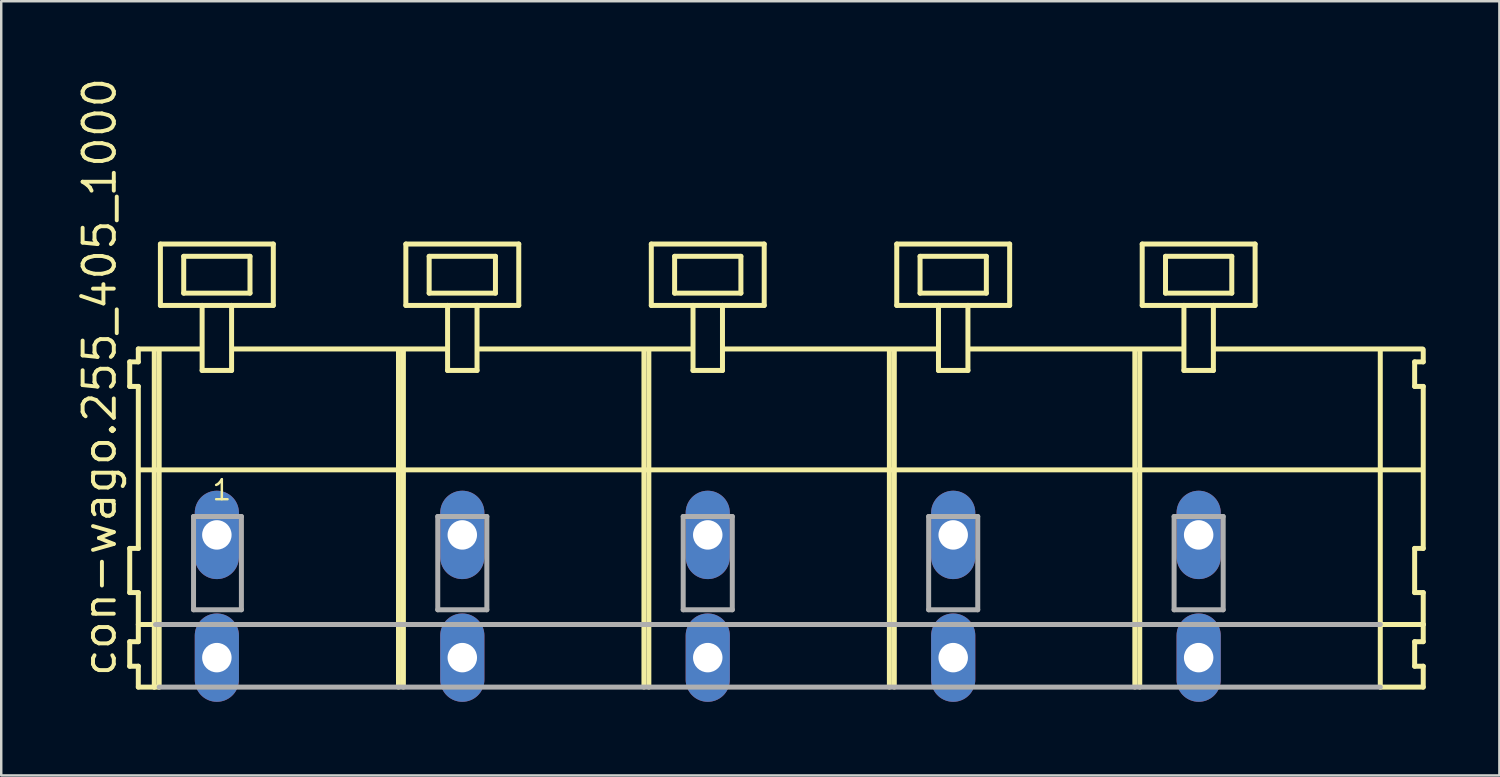
<source format=kicad_pcb>
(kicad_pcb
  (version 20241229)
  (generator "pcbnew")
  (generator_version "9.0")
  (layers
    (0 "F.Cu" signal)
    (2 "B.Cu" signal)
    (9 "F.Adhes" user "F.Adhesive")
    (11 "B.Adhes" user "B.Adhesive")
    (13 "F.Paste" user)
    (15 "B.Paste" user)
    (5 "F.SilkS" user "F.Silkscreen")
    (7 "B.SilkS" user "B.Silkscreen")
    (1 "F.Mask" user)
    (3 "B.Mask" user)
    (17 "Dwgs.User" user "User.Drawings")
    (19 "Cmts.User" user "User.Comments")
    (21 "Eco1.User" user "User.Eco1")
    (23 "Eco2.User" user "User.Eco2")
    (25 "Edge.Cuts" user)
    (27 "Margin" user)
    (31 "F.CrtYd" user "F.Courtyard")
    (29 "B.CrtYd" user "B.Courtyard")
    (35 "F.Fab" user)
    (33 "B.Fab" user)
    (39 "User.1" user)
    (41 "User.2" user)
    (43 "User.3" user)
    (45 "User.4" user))
  (footprint "con-wago.255_405_1000"
    (layer "F.Cu")
    (at 23.285 18.743)
    (property "Reference" "con-wago.255_405_1000" (at -21.535 5.855 90) (layer "F.SilkS") (effects (font (size 1.27 1.27) (thickness 0.16)) (justify left bottom)))
    (attr through_hole)
    (fp_line (start -21.05 -7.05) (end -21.05 -6.05) (stroke (width 0.203) (type default)) (layer "F.SilkS"))
    (fp_line (start -21.05 -6.05) (end -20.7 -6.05) (stroke (width 0.203) (type default)) (layer "F.SilkS"))
    (fp_line (start -21.05 0.55) (end -21.05 2.35) (stroke (width 0.203) (type default)) (layer "F.SilkS"))
    (fp_line (start -21.05 2.35) (end -20.7 2.35) (stroke (width 0.203) (type default)) (layer "F.SilkS"))
    (fp_line (start -21.05 4.35) (end -21.05 5.35) (stroke (width 0.203) (type default)) (layer "F.SilkS"))
    (fp_line (start -21.05 5.35) (end -20.7 5.35) (stroke (width 0.203) (type default)) (layer "F.SilkS"))
    (fp_line (start -20.7 -7.575) (end -20.7 -7.05) (stroke (width 0.203) (type default)) (layer "F.SilkS"))
    (fp_line (start -20.7 -7.575) (end -18.125 -7.575) (stroke (width 0.203) (type default)) (layer "F.SilkS"))
    (fp_line (start -20.7 -7.05) (end -21.05 -7.05) (stroke (width 0.203) (type default)) (layer "F.SilkS"))
    (fp_line (start -20.7 -6.05) (end -20.7 0.55) (stroke (width 0.203) (type default)) (layer "F.SilkS"))
    (fp_line (start -20.7 0.55) (end -21.05 0.55) (stroke (width 0.203) (type default)) (layer "F.SilkS"))
    (fp_line (start -20.7 2.35) (end -20.7 4.35) (stroke (width 0.203) (type default)) (layer "F.SilkS"))
    (fp_line (start -20.7 3.65) (end -20 3.65) (stroke (width 0.203) (type default)) (layer "F.SilkS"))
    (fp_line (start -20.7 4.35) (end -21.05 4.35) (stroke (width 0.203) (type default)) (layer "F.SilkS"))
    (fp_line (start -20.7 5.35) (end -20.7 6.2) (stroke (width 0.203) (type default)) (layer "F.SilkS"))
    (fp_line (start -20.7 6.2) (end -20.05 6.2) (stroke (width 0.203) (type default)) (layer "F.SilkS"))
    (fp_line (start -20.65 -2.65) (end 31.6 -2.65) (stroke (width 0.203) (type default)) (layer "F.SilkS"))
    (fp_line (start -20.05 -7.55) (end -20.05 6.2) (stroke (width 0.203) (type default)) (layer "F.SilkS"))
    (fp_line (start -20.05 6.2) (end -19.85 6.2) (stroke (width 0.203) (type default)) (layer "F.SilkS"))
    (fp_line (start -19.85 -7.55) (end -19.85 6.2) (stroke (width 0.203) (type default)) (layer "F.SilkS"))
    (fp_line (start -19.8 -11.85) (end -19.8 -9.35) (stroke (width 0.203) (type default)) (layer "F.SilkS"))
    (fp_line (start -19.8 -9.35) (end -18.1 -9.35) (stroke (width 0.203) (type default)) (layer "F.SilkS"))
    (fp_line (start -18.85 -11.35) (end -18.85 -9.85) (stroke (width 0.203) (type default)) (layer "F.SilkS"))
    (fp_line (start -18.85 -9.85) (end -16.15 -9.85) (stroke (width 0.203) (type default)) (layer "F.SilkS"))
    (fp_line (start -18.1 -9.35) (end -18.1 -6.7) (stroke (width 0.203) (type default)) (layer "F.SilkS"))
    (fp_line (start -18.1 -9.35) (end -16.9 -9.35) (stroke (width 0.203) (type default)) (layer "F.SilkS"))
    (fp_line (start -18.1 -6.7) (end -16.9 -6.7) (stroke (width 0.203) (type default)) (layer "F.SilkS"))
    (fp_line (start -16.9 -9.35) (end -15.2 -9.35) (stroke (width 0.203) (type default)) (layer "F.SilkS"))
    (fp_line (start -16.9 -6.7) (end -16.9 -9.35) (stroke (width 0.203) (type default)) (layer "F.SilkS"))
    (fp_line (start -16.825 -7.575) (end -8.125 -7.575) (stroke (width 0.203) (type default)) (layer "F.SilkS"))
    (fp_line (start -16.15 -11.35) (end -18.85 -11.35) (stroke (width 0.203) (type default)) (layer "F.SilkS"))
    (fp_line (start -16.15 -9.85) (end -16.15 -11.35) (stroke (width 0.203) (type default)) (layer "F.SilkS"))
    (fp_line (start -15.2 -11.85) (end -19.8 -11.85) (stroke (width 0.203) (type default)) (layer "F.SilkS"))
    (fp_line (start -15.2 -9.35) (end -15.2 -11.85) (stroke (width 0.203) (type default)) (layer "F.SilkS"))
    (fp_line (start -10.1 -7.55) (end -10.1 6.2) (stroke (width 0.203) (type default)) (layer "F.SilkS"))
    (fp_line (start -9.9 -7.55) (end -9.9 6.2) (stroke (width 0.203) (type default)) (layer "F.SilkS"))
    (fp_line (start -9.8 -11.85) (end -9.8 -9.35) (stroke (width 0.203) (type default)) (layer "F.SilkS"))
    (fp_line (start -9.8 -9.35) (end -8.1 -9.35) (stroke (width 0.203) (type default)) (layer "F.SilkS"))
    (fp_line (start -8.85 -11.35) (end -8.85 -9.85) (stroke (width 0.203) (type default)) (layer "F.SilkS"))
    (fp_line (start -8.85 -9.85) (end -6.15 -9.85) (stroke (width 0.203) (type default)) (layer "F.SilkS"))
    (fp_line (start -8.1 -9.35) (end -8.1 -6.7) (stroke (width 0.203) (type default)) (layer "F.SilkS"))
    (fp_line (start -8.1 -9.35) (end -6.9 -9.35) (stroke (width 0.203) (type default)) (layer "F.SilkS"))
    (fp_line (start -8.1 -6.7) (end -6.9 -6.7) (stroke (width 0.203) (type default)) (layer "F.SilkS"))
    (fp_line (start -6.9 -9.35) (end -5.2 -9.35) (stroke (width 0.203) (type default)) (layer "F.SilkS"))
    (fp_line (start -6.9 -6.7) (end -6.9 -9.35) (stroke (width 0.203) (type default)) (layer "F.SilkS"))
    (fp_line (start -6.825 -7.575) (end 1.875 -7.575) (stroke (width 0.203) (type default)) (layer "F.SilkS"))
    (fp_line (start -6.15 -11.35) (end -8.85 -11.35) (stroke (width 0.203) (type default)) (layer "F.SilkS"))
    (fp_line (start -6.15 -9.85) (end -6.15 -11.35) (stroke (width 0.203) (type default)) (layer "F.SilkS"))
    (fp_line (start -5.2 -11.85) (end -9.8 -11.85) (stroke (width 0.203) (type default)) (layer "F.SilkS"))
    (fp_line (start -5.2 -9.35) (end -5.2 -11.85) (stroke (width 0.203) (type default)) (layer "F.SilkS"))
    (fp_line (start -0.1 -7.55) (end -0.1 6.2) (stroke (width 0.203) (type default)) (layer "F.SilkS"))
    (fp_line (start 0.1 -7.55) (end 0.1 6.2) (stroke (width 0.203) (type default)) (layer "F.SilkS"))
    (fp_line (start 0.2 -11.85) (end 0.2 -9.35) (stroke (width 0.203) (type default)) (layer "F.SilkS"))
    (fp_line (start 0.2 -9.35) (end 1.9 -9.35) (stroke (width 0.203) (type default)) (layer "F.SilkS"))
    (fp_line (start 1.15 -11.35) (end 1.15 -9.85) (stroke (width 0.203) (type default)) (layer "F.SilkS"))
    (fp_line (start 1.15 -9.85) (end 3.85 -9.85) (stroke (width 0.203) (type default)) (layer "F.SilkS"))
    (fp_line (start 1.9 -9.35) (end 1.9 -6.7) (stroke (width 0.203) (type default)) (layer "F.SilkS"))
    (fp_line (start 1.9 -9.35) (end 3.1 -9.35) (stroke (width 0.203) (type default)) (layer "F.SilkS"))
    (fp_line (start 1.9 -6.7) (end 3.1 -6.7) (stroke (width 0.203) (type default)) (layer "F.SilkS"))
    (fp_line (start 3.1 -9.35) (end 4.8 -9.35) (stroke (width 0.203) (type default)) (layer "F.SilkS"))
    (fp_line (start 3.1 -6.7) (end 3.1 -9.35) (stroke (width 0.203) (type default)) (layer "F.SilkS"))
    (fp_line (start 3.175 -7.575) (end 11.875 -7.575) (stroke (width 0.203) (type default)) (layer "F.SilkS"))
    (fp_line (start 3.85 -11.35) (end 1.15 -11.35) (stroke (width 0.203) (type default)) (layer "F.SilkS"))
    (fp_line (start 3.85 -9.85) (end 3.85 -11.35) (stroke (width 0.203) (type default)) (layer "F.SilkS"))
    (fp_line (start 4.8 -11.85) (end 0.2 -11.85) (stroke (width 0.203) (type default)) (layer "F.SilkS"))
    (fp_line (start 4.8 -9.35) (end 4.8 -11.85) (stroke (width 0.203) (type default)) (layer "F.SilkS"))
    (fp_line (start 9.9 -7.55) (end 9.9 6.2) (stroke (width 0.203) (type default)) (layer "F.SilkS"))
    (fp_line (start 10.1 -7.55) (end 10.1 6.2) (stroke (width 0.203) (type default)) (layer "F.SilkS"))
    (fp_line (start 10.2 -11.85) (end 10.2 -9.35) (stroke (width 0.203) (type default)) (layer "F.SilkS"))
    (fp_line (start 10.2 -9.35) (end 11.9 -9.35) (stroke (width 0.203) (type default)) (layer "F.SilkS"))
    (fp_line (start 11.15 -11.35) (end 11.15 -9.85) (stroke (width 0.203) (type default)) (layer "F.SilkS"))
    (fp_line (start 11.15 -9.85) (end 13.85 -9.85) (stroke (width 0.203) (type default)) (layer "F.SilkS"))
    (fp_line (start 11.9 -9.35) (end 11.9 -6.7) (stroke (width 0.203) (type default)) (layer "F.SilkS"))
    (fp_line (start 11.9 -9.35) (end 13.1 -9.35) (stroke (width 0.203) (type default)) (layer "F.SilkS"))
    (fp_line (start 11.9 -6.7) (end 13.1 -6.7) (stroke (width 0.203) (type default)) (layer "F.SilkS"))
    (fp_line (start 13.1 -9.35) (end 14.8 -9.35) (stroke (width 0.203) (type default)) (layer "F.SilkS"))
    (fp_line (start 13.1 -6.7) (end 13.1 -9.35) (stroke (width 0.203) (type default)) (layer "F.SilkS"))
    (fp_line (start 13.175 -7.575) (end 21.875 -7.575) (stroke (width 0.203) (type default)) (layer "F.SilkS"))
    (fp_line (start 13.85 -11.35) (end 11.15 -11.35) (stroke (width 0.203) (type default)) (layer "F.SilkS"))
    (fp_line (start 13.85 -9.85) (end 13.85 -11.35) (stroke (width 0.203) (type default)) (layer "F.SilkS"))
    (fp_line (start 14.8 -11.85) (end 10.2 -11.85) (stroke (width 0.203) (type default)) (layer "F.SilkS"))
    (fp_line (start 14.8 -9.35) (end 14.8 -11.85) (stroke (width 0.203) (type default)) (layer "F.SilkS"))
    (fp_line (start 19.9 -7.55) (end 19.9 6.2) (stroke (width 0.203) (type default)) (layer "F.SilkS"))
    (fp_line (start 20.1 -7.55) (end 20.1 6.2) (stroke (width 0.203) (type default)) (layer "F.SilkS"))
    (fp_line (start 20.2 -11.85) (end 20.2 -9.35) (stroke (width 0.203) (type default)) (layer "F.SilkS"))
    (fp_line (start 20.2 -9.35) (end 21.9 -9.35) (stroke (width 0.203) (type default)) (layer "F.SilkS"))
    (fp_line (start 21.15 -11.35) (end 21.15 -9.85) (stroke (width 0.203) (type default)) (layer "F.SilkS"))
    (fp_line (start 21.15 -9.85) (end 23.85 -9.85) (stroke (width 0.203) (type default)) (layer "F.SilkS"))
    (fp_line (start 21.9 -9.35) (end 21.9 -6.7) (stroke (width 0.203) (type default)) (layer "F.SilkS"))
    (fp_line (start 21.9 -9.35) (end 23.1 -9.35) (stroke (width 0.203) (type default)) (layer "F.SilkS"))
    (fp_line (start 21.9 -6.7) (end 23.1 -6.7) (stroke (width 0.203) (type default)) (layer "F.SilkS"))
    (fp_line (start 23.1 -9.35) (end 24.8 -9.35) (stroke (width 0.203) (type default)) (layer "F.SilkS"))
    (fp_line (start 23.1 -6.7) (end 23.1 -9.35) (stroke (width 0.203) (type default)) (layer "F.SilkS"))
    (fp_line (start 23.125 -7.575) (end 31.625 -7.575) (stroke (width 0.203) (type default)) (layer "F.SilkS"))
    (fp_line (start 23.85 -11.35) (end 21.15 -11.35) (stroke (width 0.203) (type default)) (layer "F.SilkS"))
    (fp_line (start 23.85 -9.85) (end 23.85 -11.35) (stroke (width 0.203) (type default)) (layer "F.SilkS"))
    (fp_line (start 24.8 -11.85) (end 20.2 -11.85) (stroke (width 0.203) (type default)) (layer "F.SilkS"))
    (fp_line (start 24.8 -9.35) (end 24.8 -11.85) (stroke (width 0.203) (type default)) (layer "F.SilkS"))
    (fp_line (start 29.9 -7.55) (end 29.9 6.2) (stroke (width 0.203) (type default)) (layer "F.SilkS"))
    (fp_line (start 29.9 6.2) (end 31.65 6.2) (stroke (width 0.203) (type default)) (layer "F.SilkS"))
    (fp_line (start 29.95 3.65) (end 31.65 3.65) (stroke (width 0.203) (type default)) (layer "F.SilkS"))
    (fp_line (start 31.3 -7.05) (end 31.3 -6.05) (stroke (width 0.203) (type default)) (layer "F.SilkS"))
    (fp_line (start 31.3 -6.05) (end 31.65 -6.05) (stroke (width 0.203) (type default)) (layer "F.SilkS"))
    (fp_line (start 31.3 0.55) (end 31.3 2.35) (stroke (width 0.203) (type default)) (layer "F.SilkS"))
    (fp_line (start 31.3 2.35) (end 31.65 2.35) (stroke (width 0.203) (type default)) (layer "F.SilkS"))
    (fp_line (start 31.3 4.35) (end 31.3 5.35) (stroke (width 0.203) (type default)) (layer "F.SilkS"))
    (fp_line (start 31.3 5.35) (end 31.65 5.35) (stroke (width 0.203) (type default)) (layer "F.SilkS"))
    (fp_line (start 31.65 -7.05) (end 31.3 -7.05) (stroke (width 0.203) (type default)) (layer "F.SilkS"))
    (fp_line (start 31.65 -7.05) (end 31.65 -7.55) (stroke (width 0.203) (type default)) (layer "F.SilkS"))
    (fp_line (start 31.65 0.55) (end 31.3 0.55) (stroke (width 0.203) (type default)) (layer "F.SilkS"))
    (fp_line (start 31.65 0.55) (end 31.65 -6.05) (stroke (width 0.203) (type default)) (layer "F.SilkS"))
    (fp_line (start 31.65 3.65) (end 31.65 2.35) (stroke (width 0.203) (type default)) (layer "F.SilkS"))
    (fp_line (start 31.65 4.35) (end 31.3 4.35) (stroke (width 0.203) (type default)) (layer "F.SilkS"))
    (fp_line (start 31.65 4.35) (end 31.65 3.65) (stroke (width 0.203) (type default)) (layer "F.SilkS"))
    (fp_line (start 31.65 6.2) (end 31.65 5.35) (stroke (width 0.203) (type default)) (layer "F.SilkS"))
    (fp_line (start -20 3.65) (end 29.9 3.65) (stroke (width 0.203) (type default)) (layer "F.Fab"))
    (fp_line (start -19.85 6.2) (end 29.9 6.2) (stroke (width 0.203) (type default)) (layer "F.Fab"))
    (fp_line (start -18.45 -0.75) (end -18.45 3.05) (stroke (width 0.203) (type default)) (layer "F.Fab"))
    (fp_line (start -18.45 3.05) (end -16.5 3.05) (stroke (width 0.203) (type default)) (layer "F.Fab"))
    (fp_line (start -16.5 -0.75) (end -18.45 -0.75) (stroke (width 0.203) (type default)) (layer "F.Fab"))
    (fp_line (start -16.5 3.05) (end -16.5 -0.75) (stroke (width 0.203) (type default)) (layer "F.Fab"))
    (fp_line (start -8.5 -0.75) (end -8.5 3.05) (stroke (width 0.203) (type default)) (layer "F.Fab"))
    (fp_line (start -8.5 3.05) (end -6.5 3.05) (stroke (width 0.203) (type default)) (layer "F.Fab"))
    (fp_line (start -6.5 -0.75) (end -8.5 -0.75) (stroke (width 0.203) (type default)) (layer "F.Fab"))
    (fp_line (start -6.5 3.05) (end -6.5 -0.75) (stroke (width 0.203) (type default)) (layer "F.Fab"))
    (fp_line (start 1.5 -0.75) (end 1.5 3.05) (stroke (width 0.203) (type default)) (layer "F.Fab"))
    (fp_line (start 1.5 3.05) (end 3.5 3.05) (stroke (width 0.203) (type default)) (layer "F.Fab"))
    (fp_line (start 3.5 -0.75) (end 1.5 -0.75) (stroke (width 0.203) (type default)) (layer "F.Fab"))
    (fp_line (start 3.5 3.05) (end 3.5 -0.75) (stroke (width 0.203) (type default)) (layer "F.Fab"))
    (fp_line (start 11.5 -0.75) (end 11.5 3.05) (stroke (width 0.203) (type default)) (layer "F.Fab"))
    (fp_line (start 11.5 3.05) (end 13.5 3.05) (stroke (width 0.203) (type default)) (layer "F.Fab"))
    (fp_line (start 13.5 -0.75) (end 11.5 -0.75) (stroke (width 0.203) (type default)) (layer "F.Fab"))
    (fp_line (start 13.5 3.05) (end 13.5 -0.75) (stroke (width 0.203) (type default)) (layer "F.Fab"))
    (fp_line (start 21.5 -0.75) (end 21.5 3.05) (stroke (width 0.203) (type default)) (layer "F.Fab"))
    (fp_line (start 21.5 3.05) (end 23.5 3.05) (stroke (width 0.203) (type default)) (layer "F.Fab"))
    (fp_line (start 23.5 -0.75) (end 21.5 -0.75) (stroke (width 0.203) (type default)) (layer "F.Fab"))
    (fp_line (start 23.5 3.05) (end 23.5 -0.75) (stroke (width 0.203) (type default)) (layer "F.Fab"))
    (fp_text user "1" (at -17.75 -1.35 0) (layer "F.SilkS") (effects (font (size 0.813 0.813) (thickness 0.1)) (justify left bottom)))
    (pad "A1" thru_hole oval (at -17.5 0 90) (size 3.6 1.8) (drill 1.2) (layers "*.Cu" "*.Mask"))
    (pad "A2" thru_hole oval (at -7.5 0 90) (size 3.6 1.8) (drill 1.2) (layers "*.Cu" "*.Mask"))
    (pad "A3" thru_hole oval (at 2.5 0 90) (size 3.6 1.8) (drill 1.2) (layers "*.Cu" "*.Mask"))
    (pad "A4" thru_hole oval (at 12.5 0 90) (size 3.6 1.8) (drill 1.2) (layers "*.Cu" "*.Mask"))
    (pad "A5" thru_hole oval (at 22.5 0 90) (size 3.6 1.8) (drill 1.2) (layers "*.Cu" "*.Mask"))
    (pad "B1" thru_hole oval (at -17.5 5 90) (size 3.6 1.8) (drill 1.2) (layers "*.Cu" "*.Mask"))
    (pad "B2" thru_hole oval (at -7.5 5 90) (size 3.6 1.8) (drill 1.2) (layers "*.Cu" "*.Mask"))
    (pad "B3" thru_hole oval (at 2.5 5 90) (size 3.6 1.8) (drill 1.2) (layers "*.Cu" "*.Mask"))
    (pad "B4" thru_hole oval (at 12.5 5 90) (size 3.6 1.8) (drill 1.2) (layers "*.Cu" "*.Mask"))
    (pad "B5" thru_hole oval (at 22.5 5 90) (size 3.6 1.8) (drill 1.2) (layers "*.Cu" "*.Mask")))
  (gr_rect
    (start -3 -3)
    (end 58.037 28.543)
    (stroke (width 0.1) (type default))
    (fill no)
    (layer "Edge.Cuts")))
</source>
